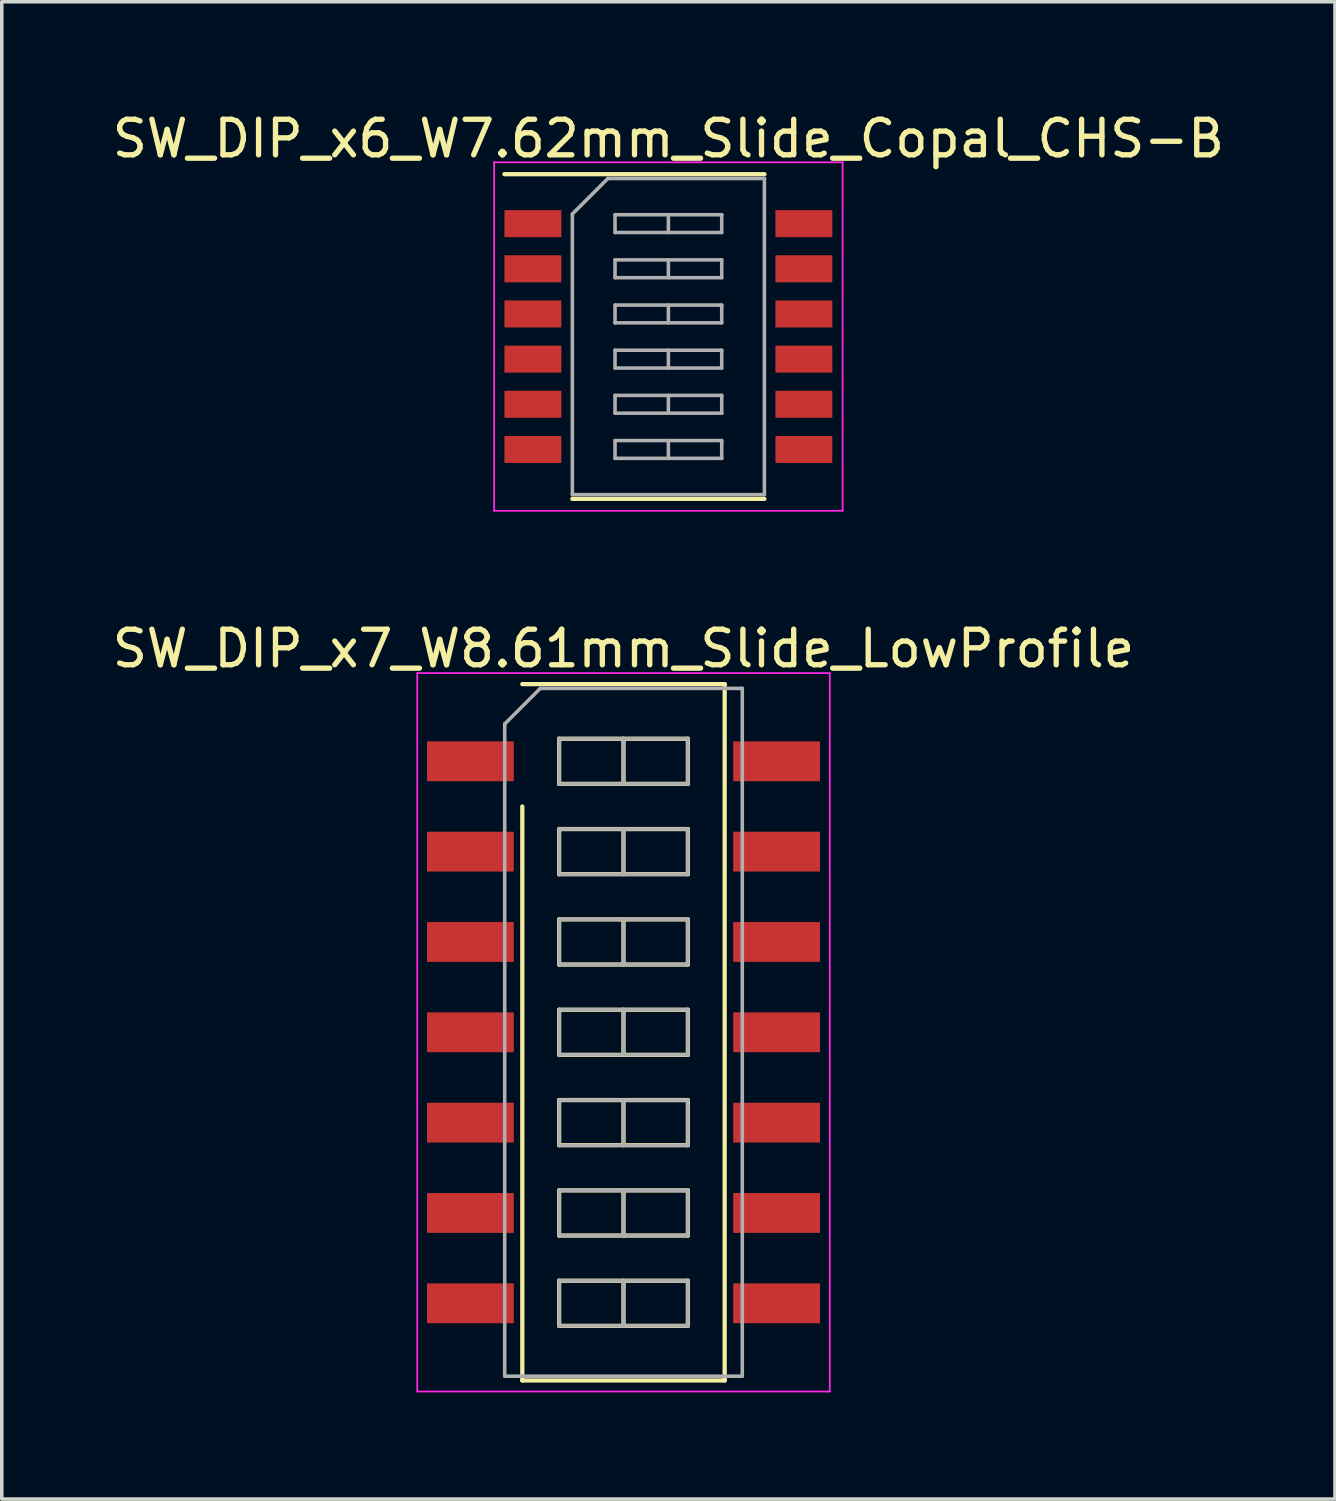
<source format=kicad_pcb>
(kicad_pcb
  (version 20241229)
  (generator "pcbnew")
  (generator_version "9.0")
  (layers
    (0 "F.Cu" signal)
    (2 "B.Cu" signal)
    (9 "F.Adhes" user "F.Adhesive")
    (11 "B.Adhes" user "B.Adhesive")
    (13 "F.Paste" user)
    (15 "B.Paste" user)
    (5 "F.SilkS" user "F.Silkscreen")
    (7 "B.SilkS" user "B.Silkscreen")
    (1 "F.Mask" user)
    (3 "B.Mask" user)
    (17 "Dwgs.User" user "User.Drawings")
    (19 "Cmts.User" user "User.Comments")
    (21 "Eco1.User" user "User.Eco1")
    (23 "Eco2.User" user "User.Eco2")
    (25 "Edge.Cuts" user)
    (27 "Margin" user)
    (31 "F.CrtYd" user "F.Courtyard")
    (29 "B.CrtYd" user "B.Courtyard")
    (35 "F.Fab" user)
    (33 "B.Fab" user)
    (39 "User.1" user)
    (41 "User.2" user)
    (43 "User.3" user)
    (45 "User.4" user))
  (footprint "SW_DIP_x7_W8.61mm_Slide_LowProfile"
    (layer "F.Cu")
    (at 14.482 25.977)
    (property "Reference" "SW_DIP_x7_W8.61mm_Slide_LowProfile" (at 0 -10.79 0) (layer "F.SilkS") (effects (font (size 1 1) (thickness 0.15))))
    (attr smd)
    (fp_line (start -2.845 -9.79) (end 2.845 -9.79) (stroke (width 0.12) (type solid)) (layer "F.SilkS"))
    (fp_line (start -2.845 9.79) (end -2.845 -6.35) (stroke (width 0.12) (type solid)) (layer "F.SilkS"))
    (fp_line (start -1.81 -8.255) (end -1.81 -6.985) (stroke (width 0.12) (type solid)) (layer "F.SilkS"))
    (fp_line (start -1.81 -6.985) (end 1.81 -6.985) (stroke (width 0.12) (type solid)) (layer "F.SilkS"))
    (fp_line (start -1.81 -5.715) (end -1.81 -4.445) (stroke (width 0.12) (type solid)) (layer "F.SilkS"))
    (fp_line (start -1.81 -4.445) (end 1.81 -4.445) (stroke (width 0.12) (type solid)) (layer "F.SilkS"))
    (fp_line (start -1.81 -3.175) (end -1.81 -1.905) (stroke (width 0.12) (type solid)) (layer "F.SilkS"))
    (fp_line (start -1.81 -1.905) (end 1.81 -1.905) (stroke (width 0.12) (type solid)) (layer "F.SilkS"))
    (fp_line (start -1.81 -0.635) (end -1.81 0.635) (stroke (width 0.12) (type solid)) (layer "F.SilkS"))
    (fp_line (start -1.81 0.635) (end 1.81 0.635) (stroke (width 0.12) (type solid)) (layer "F.SilkS"))
    (fp_line (start -1.81 1.905) (end -1.81 3.175) (stroke (width 0.12) (type solid)) (layer "F.SilkS"))
    (fp_line (start -1.81 3.175) (end 1.81 3.175) (stroke (width 0.12) (type solid)) (layer "F.SilkS"))
    (fp_line (start -1.81 4.445) (end -1.81 5.715) (stroke (width 0.12) (type solid)) (layer "F.SilkS"))
    (fp_line (start -1.81 5.715) (end 1.81 5.715) (stroke (width 0.12) (type solid)) (layer "F.SilkS"))
    (fp_line (start -1.81 6.985) (end -1.81 8.255) (stroke (width 0.12) (type solid)) (layer "F.SilkS"))
    (fp_line (start -1.81 8.255) (end 1.81 8.255) (stroke (width 0.12) (type solid)) (layer "F.SilkS"))
    (fp_line (start 0 -8.255) (end 0 -6.985) (stroke (width 0.12) (type solid)) (layer "F.SilkS"))
    (fp_line (start 0 -5.715) (end 0 -4.445) (stroke (width 0.12) (type solid)) (layer "F.SilkS"))
    (fp_line (start 0 -3.175) (end 0 -1.905) (stroke (width 0.12) (type solid)) (layer "F.SilkS"))
    (fp_line (start 0 -0.635) (end 0 0.635) (stroke (width 0.12) (type solid)) (layer "F.SilkS"))
    (fp_line (start 0 1.905) (end 0 3.175) (stroke (width 0.12) (type solid)) (layer "F.SilkS"))
    (fp_line (start 0 4.445) (end 0 5.715) (stroke (width 0.12) (type solid)) (layer "F.SilkS"))
    (fp_line (start 0 6.985) (end 0 8.255) (stroke (width 0.12) (type solid)) (layer "F.SilkS"))
    (fp_line (start 1.81 -8.255) (end -1.81 -8.255) (stroke (width 0.12) (type solid)) (layer "F.SilkS"))
    (fp_line (start 1.81 -6.985) (end 1.81 -8.255) (stroke (width 0.12) (type solid)) (layer "F.SilkS"))
    (fp_line (start 1.81 -5.715) (end -1.81 -5.715) (stroke (width 0.12) (type solid)) (layer "F.SilkS"))
    (fp_line (start 1.81 -4.445) (end 1.81 -5.715) (stroke (width 0.12) (type solid)) (layer "F.SilkS"))
    (fp_line (start 1.81 -3.175) (end -1.81 -3.175) (stroke (width 0.12) (type solid)) (layer "F.SilkS"))
    (fp_line (start 1.81 -1.905) (end 1.81 -3.175) (stroke (width 0.12) (type solid)) (layer "F.SilkS"))
    (fp_line (start 1.81 -0.635) (end -1.81 -0.635) (stroke (width 0.12) (type solid)) (layer "F.SilkS"))
    (fp_line (start 1.81 0.635) (end 1.81 -0.635) (stroke (width 0.12) (type solid)) (layer "F.SilkS"))
    (fp_line (start 1.81 1.905) (end -1.81 1.905) (stroke (width 0.12) (type solid)) (layer "F.SilkS"))
    (fp_line (start 1.81 3.175) (end 1.81 1.905) (stroke (width 0.12) (type solid)) (layer "F.SilkS"))
    (fp_line (start 1.81 4.445) (end -1.81 4.445) (stroke (width 0.12) (type solid)) (layer "F.SilkS"))
    (fp_line (start 1.81 5.715) (end 1.81 4.445) (stroke (width 0.12) (type solid)) (layer "F.SilkS"))
    (fp_line (start 1.81 6.985) (end -1.81 6.985) (stroke (width 0.12) (type solid)) (layer "F.SilkS"))
    (fp_line (start 1.81 8.255) (end 1.81 6.985) (stroke (width 0.12) (type solid)) (layer "F.SilkS"))
    (fp_line (start 2.845 -9.79) (end 2.845 9.79) (stroke (width 0.12) (type solid)) (layer "F.SilkS"))
    (fp_line (start 2.845 9.79) (end -2.845 9.79) (stroke (width 0.12) (type solid)) (layer "F.SilkS"))
    (fp_line (start -5.8 -10.1) (end -5.8 10.1) (stroke (width 0.05) (type solid)) (layer "F.CrtYd"))
    (fp_line (start -5.8 10.1) (end 5.8 10.1) (stroke (width 0.05) (type solid)) (layer "F.CrtYd"))
    (fp_line (start 5.8 -10.1) (end -5.8 -10.1) (stroke (width 0.05) (type solid)) (layer "F.CrtYd"))
    (fp_line (start 5.8 10.1) (end 5.8 -10.1) (stroke (width 0.05) (type solid)) (layer "F.CrtYd"))
    (fp_line (start -3.34 -8.67) (end -2.34 -9.67) (stroke (width 0.1) (type solid)) (layer "F.Fab"))
    (fp_line (start -3.34 9.67) (end -3.34 -8.67) (stroke (width 0.1) (type solid)) (layer "F.Fab"))
    (fp_line (start -2.34 -9.67) (end 3.34 -9.67) (stroke (width 0.1) (type solid)) (layer "F.Fab"))
    (fp_line (start -1.81 -8.255) (end -1.81 -6.985) (stroke (width 0.1) (type solid)) (layer "F.Fab"))
    (fp_line (start -1.81 -6.985) (end 1.81 -6.985) (stroke (width 0.1) (type solid)) (layer "F.Fab"))
    (fp_line (start -1.81 -5.715) (end -1.81 -4.445) (stroke (width 0.1) (type solid)) (layer "F.Fab"))
    (fp_line (start -1.81 -4.445) (end 1.81 -4.445) (stroke (width 0.1) (type solid)) (layer "F.Fab"))
    (fp_line (start -1.81 -3.175) (end -1.81 -1.905) (stroke (width 0.1) (type solid)) (layer "F.Fab"))
    (fp_line (start -1.81 -1.905) (end 1.81 -1.905) (stroke (width 0.1) (type solid)) (layer "F.Fab"))
    (fp_line (start -1.81 -0.635) (end -1.81 0.635) (stroke (width 0.1) (type solid)) (layer "F.Fab"))
    (fp_line (start -1.81 0.635) (end 1.81 0.635) (stroke (width 0.1) (type solid)) (layer "F.Fab"))
    (fp_line (start -1.81 1.905) (end -1.81 3.175) (stroke (width 0.1) (type solid)) (layer "F.Fab"))
    (fp_line (start -1.81 3.175) (end 1.81 3.175) (stroke (width 0.1) (type solid)) (layer "F.Fab"))
    (fp_line (start -1.81 4.445) (end -1.81 5.715) (stroke (width 0.1) (type solid)) (layer "F.Fab"))
    (fp_line (start -1.81 5.715) (end 1.81 5.715) (stroke (width 0.1) (type solid)) (layer "F.Fab"))
    (fp_line (start -1.81 6.985) (end -1.81 8.255) (stroke (width 0.1) (type solid)) (layer "F.Fab"))
    (fp_line (start -1.81 8.255) (end 1.81 8.255) (stroke (width 0.1) (type solid)) (layer "F.Fab"))
    (fp_line (start 0 -8.255) (end 0 -6.985) (stroke (width 0.1) (type solid)) (layer "F.Fab"))
    (fp_line (start 0 -5.715) (end 0 -4.445) (stroke (width 0.1) (type solid)) (layer "F.Fab"))
    (fp_line (start 0 -3.175) (end 0 -1.905) (stroke (width 0.1) (type solid)) (layer "F.Fab"))
    (fp_line (start 0 -0.635) (end 0 0.635) (stroke (width 0.1) (type solid)) (layer "F.Fab"))
    (fp_line (start 0 1.905) (end 0 3.175) (stroke (width 0.1) (type solid)) (layer "F.Fab"))
    (fp_line (start 0 4.445) (end 0 5.715) (stroke (width 0.1) (type solid)) (layer "F.Fab"))
    (fp_line (start 0 6.985) (end 0 8.255) (stroke (width 0.1) (type solid)) (layer "F.Fab"))
    (fp_line (start 1.81 -8.255) (end -1.81 -8.255) (stroke (width 0.1) (type solid)) (layer "F.Fab"))
    (fp_line (start 1.81 -6.985) (end 1.81 -8.255) (stroke (width 0.1) (type solid)) (layer "F.Fab"))
    (fp_line (start 1.81 -5.715) (end -1.81 -5.715) (stroke (width 0.1) (type solid)) (layer "F.Fab"))
    (fp_line (start 1.81 -4.445) (end 1.81 -5.715) (stroke (width 0.1) (type solid)) (layer "F.Fab"))
    (fp_line (start 1.81 -3.175) (end -1.81 -3.175) (stroke (width 0.1) (type solid)) (layer "F.Fab"))
    (fp_line (start 1.81 -1.905) (end 1.81 -3.175) (stroke (width 0.1) (type solid)) (layer "F.Fab"))
    (fp_line (start 1.81 -0.635) (end -1.81 -0.635) (stroke (width 0.1) (type solid)) (layer "F.Fab"))
    (fp_line (start 1.81 0.635) (end 1.81 -0.635) (stroke (width 0.1) (type solid)) (layer "F.Fab"))
    (fp_line (start 1.81 1.905) (end -1.81 1.905) (stroke (width 0.1) (type solid)) (layer "F.Fab"))
    (fp_line (start 1.81 3.175) (end 1.81 1.905) (stroke (width 0.1) (type solid)) (layer "F.Fab"))
    (fp_line (start 1.81 4.445) (end -1.81 4.445) (stroke (width 0.1) (type solid)) (layer "F.Fab"))
    (fp_line (start 1.81 5.715) (end 1.81 4.445) (stroke (width 0.1) (type solid)) (layer "F.Fab"))
    (fp_line (start 1.81 6.985) (end -1.81 6.985) (stroke (width 0.1) (type solid)) (layer "F.Fab"))
    (fp_line (start 1.81 8.255) (end 1.81 6.985) (stroke (width 0.1) (type solid)) (layer "F.Fab"))
    (fp_line (start 3.34 -9.67) (end 3.34 9.67) (stroke (width 0.1) (type solid)) (layer "F.Fab"))
    (fp_line (start 3.34 9.67) (end -3.34 9.67) (stroke (width 0.1) (type solid)) (layer "F.Fab"))
    (pad "1" smd rect (at -4.305 -7.62) (size 2.44 1.12) (layers "F.Cu" "F.Mask"))
    (pad "2" smd rect (at -4.305 -5.08) (size 2.44 1.12) (layers "F.Cu" "F.Mask"))
    (pad "3" smd rect (at -4.305 -2.54) (size 2.44 1.12) (layers "F.Cu" "F.Mask"))
    (pad "4" smd rect (at -4.305 0) (size 2.44 1.12) (layers "F.Cu" "F.Mask"))
    (pad "5" smd rect (at -4.305 2.54) (size 2.44 1.12) (layers "F.Cu" "F.Mask"))
    (pad "6" smd rect (at -4.305 5.08) (size 2.44 1.12) (layers "F.Cu" "F.Mask"))
    (pad "7" smd rect (at -4.305 7.62) (size 2.44 1.12) (layers "F.Cu" "F.Mask"))
    (pad "8" smd rect (at 4.305 7.62) (size 2.44 1.12) (layers "F.Cu" "F.Mask"))
    (pad "9" smd rect (at 4.305 5.08) (size 2.44 1.12) (layers "F.Cu" "F.Mask"))
    (pad "10" smd rect (at 4.305 2.54) (size 2.44 1.12) (layers "F.Cu" "F.Mask"))
    (pad "11" smd rect (at 4.305 0) (size 2.44 1.12) (layers "F.Cu" "F.Mask"))
    (pad "12" smd rect (at 4.305 -2.54) (size 2.44 1.12) (layers "F.Cu" "F.Mask"))
    (pad "13" smd rect (at 4.305 -5.08) (size 2.44 1.12) (layers "F.Cu" "F.Mask"))
    (pad "14" smd rect (at 4.305 -7.62) (size 2.44 1.12) (layers "F.Cu" "F.Mask")))
  (footprint "SW_DIP_x6_W7.62mm_Slide_Copal_CHS-B"
    (layer "F.Cu")
    (at 15.744 6.413)
    (property "Reference" "SW_DIP_x6_W7.62mm_Slide_Copal_CHS-B" (at 0 -5.565 0) (layer "F.SilkS") (effects (font (size 1 1) (thickness 0.15))))
    (attr smd)
    (fp_line (start -4.61 -4.565) (end 2.7 -4.565) (stroke (width 0.12) (type solid)) (layer "F.SilkS"))
    (fp_line (start -2.7 4.565) (end 2.7 4.565) (stroke (width 0.12) (type solid)) (layer "F.SilkS"))
    (fp_line (start -4.9 -4.9) (end -4.9 4.9) (stroke (width 0.05) (type solid)) (layer "F.CrtYd"))
    (fp_line (start -4.9 4.9) (end 4.9 4.9) (stroke (width 0.05) (type solid)) (layer "F.CrtYd"))
    (fp_line (start 4.9 -4.9) (end -4.9 -4.9) (stroke (width 0.05) (type solid)) (layer "F.CrtYd"))
    (fp_line (start 4.9 4.9) (end 4.9 -4.9) (stroke (width 0.05) (type solid)) (layer "F.CrtYd"))
    (fp_line (start -2.7 -3.445) (end -1.7 -4.445) (stroke (width 0.1) (type solid)) (layer "F.Fab"))
    (fp_line (start -2.7 4.445) (end -2.7 -3.445) (stroke (width 0.1) (type solid)) (layer "F.Fab"))
    (fp_line (start -1.7 -4.445) (end 2.7 -4.445) (stroke (width 0.1) (type solid)) (layer "F.Fab"))
    (fp_line (start -1.5 -3.425) (end -1.5 -2.925) (stroke (width 0.1) (type solid)) (layer "F.Fab"))
    (fp_line (start -1.5 -2.925) (end 1.5 -2.925) (stroke (width 0.1) (type solid)) (layer "F.Fab"))
    (fp_line (start -1.5 -2.155) (end -1.5 -1.655) (stroke (width 0.1) (type solid)) (layer "F.Fab"))
    (fp_line (start -1.5 -1.655) (end 1.5 -1.655) (stroke (width 0.1) (type solid)) (layer "F.Fab"))
    (fp_line (start -1.5 -0.885) (end -1.5 -0.385) (stroke (width 0.1) (type solid)) (layer "F.Fab"))
    (fp_line (start -1.5 -0.385) (end 1.5 -0.385) (stroke (width 0.1) (type solid)) (layer "F.Fab"))
    (fp_line (start -1.5 0.385) (end -1.5 0.885) (stroke (width 0.1) (type solid)) (layer "F.Fab"))
    (fp_line (start -1.5 0.885) (end 1.5 0.885) (stroke (width 0.1) (type solid)) (layer "F.Fab"))
    (fp_line (start -1.5 1.655) (end -1.5 2.155) (stroke (width 0.1) (type solid)) (layer "F.Fab"))
    (fp_line (start -1.5 2.155) (end 1.5 2.155) (stroke (width 0.1) (type solid)) (layer "F.Fab"))
    (fp_line (start -1.5 2.925) (end -1.5 3.425) (stroke (width 0.1) (type solid)) (layer "F.Fab"))
    (fp_line (start -1.5 3.425) (end 1.5 3.425) (stroke (width 0.1) (type solid)) (layer "F.Fab"))
    (fp_line (start 0 -3.425) (end 0 -2.925) (stroke (width 0.1) (type solid)) (layer "F.Fab"))
    (fp_line (start 0 -2.155) (end 0 -1.655) (stroke (width 0.1) (type solid)) (layer "F.Fab"))
    (fp_line (start 0 -0.885) (end 0 -0.385) (stroke (width 0.1) (type solid)) (layer "F.Fab"))
    (fp_line (start 0 0.385) (end 0 0.885) (stroke (width 0.1) (type solid)) (layer "F.Fab"))
    (fp_line (start 0 1.655) (end 0 2.155) (stroke (width 0.1) (type solid)) (layer "F.Fab"))
    (fp_line (start 0 2.925) (end 0 3.425) (stroke (width 0.1) (type solid)) (layer "F.Fab"))
    (fp_line (start 1.5 -3.425) (end -1.5 -3.425) (stroke (width 0.1) (type solid)) (layer "F.Fab"))
    (fp_line (start 1.5 -2.925) (end 1.5 -3.425) (stroke (width 0.1) (type solid)) (layer "F.Fab"))
    (fp_line (start 1.5 -2.155) (end -1.5 -2.155) (stroke (width 0.1) (type solid)) (layer "F.Fab"))
    (fp_line (start 1.5 -1.655) (end 1.5 -2.155) (stroke (width 0.1) (type solid)) (layer "F.Fab"))
    (fp_line (start 1.5 -0.885) (end -1.5 -0.885) (stroke (width 0.1) (type solid)) (layer "F.Fab"))
    (fp_line (start 1.5 -0.385) (end 1.5 -0.885) (stroke (width 0.1) (type solid)) (layer "F.Fab"))
    (fp_line (start 1.5 0.385) (end -1.5 0.385) (stroke (width 0.1) (type solid)) (layer "F.Fab"))
    (fp_line (start 1.5 0.885) (end 1.5 0.385) (stroke (width 0.1) (type solid)) (layer "F.Fab"))
    (fp_line (start 1.5 1.655) (end -1.5 1.655) (stroke (width 0.1) (type solid)) (layer "F.Fab"))
    (fp_line (start 1.5 2.155) (end 1.5 1.655) (stroke (width 0.1) (type solid)) (layer "F.Fab"))
    (fp_line (start 1.5 2.925) (end -1.5 2.925) (stroke (width 0.1) (type solid)) (layer "F.Fab"))
    (fp_line (start 1.5 3.425) (end 1.5 2.925) (stroke (width 0.1) (type solid)) (layer "F.Fab"))
    (fp_line (start 2.7 -4.445) (end 2.7 4.445) (stroke (width 0.1) (type solid)) (layer "F.Fab"))
    (fp_line (start 2.7 4.445) (end -2.7 4.445) (stroke (width 0.1) (type solid)) (layer "F.Fab"))
    (pad "1" smd rect (at -3.81 -3.175) (size 1.6 0.76) (layers "F.Cu" "F.Mask"))
    (pad "2" smd rect (at -3.81 -1.905) (size 1.6 0.76) (layers "F.Cu" "F.Mask"))
    (pad "3" smd rect (at -3.81 -0.635) (size 1.6 0.76) (layers "F.Cu" "F.Mask"))
    (pad "4" smd rect (at -3.81 0.635) (size 1.6 0.76) (layers "F.Cu" "F.Mask"))
    (pad "5" smd rect (at -3.81 1.905) (size 1.6 0.76) (layers "F.Cu" "F.Mask"))
    (pad "6" smd rect (at -3.81 3.175) (size 1.6 0.76) (layers "F.Cu" "F.Mask"))
    (pad "7" smd rect (at 3.81 3.175) (size 1.6 0.76) (layers "F.Cu" "F.Mask"))
    (pad "8" smd rect (at 3.81 1.905) (size 1.6 0.76) (layers "F.Cu" "F.Mask"))
    (pad "9" smd rect (at 3.81 0.635) (size 1.6 0.76) (layers "F.Cu" "F.Mask"))
    (pad "10" smd rect (at 3.81 -0.635) (size 1.6 0.76) (layers "F.Cu" "F.Mask"))
    (pad "11" smd rect (at 3.81 -1.905) (size 1.6 0.76) (layers "F.Cu" "F.Mask"))
    (pad "12" smd rect (at 3.81 -3.175) (size 1.6 0.76) (layers "F.Cu" "F.Mask")))
  (gr_rect
    (start -3 -3)
    (end 34.488 39.102)
    (stroke (width 0.1) (type default))
    (fill no)
    (layer "Edge.Cuts")))
</source>
